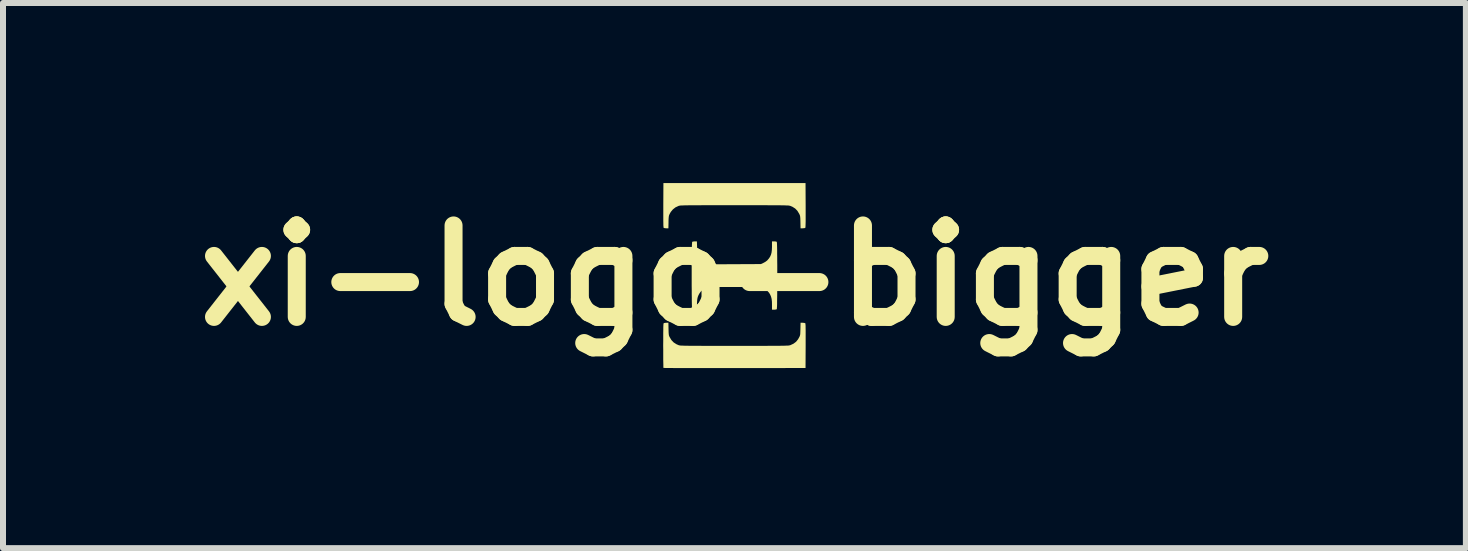
<source format=kicad_pcb>
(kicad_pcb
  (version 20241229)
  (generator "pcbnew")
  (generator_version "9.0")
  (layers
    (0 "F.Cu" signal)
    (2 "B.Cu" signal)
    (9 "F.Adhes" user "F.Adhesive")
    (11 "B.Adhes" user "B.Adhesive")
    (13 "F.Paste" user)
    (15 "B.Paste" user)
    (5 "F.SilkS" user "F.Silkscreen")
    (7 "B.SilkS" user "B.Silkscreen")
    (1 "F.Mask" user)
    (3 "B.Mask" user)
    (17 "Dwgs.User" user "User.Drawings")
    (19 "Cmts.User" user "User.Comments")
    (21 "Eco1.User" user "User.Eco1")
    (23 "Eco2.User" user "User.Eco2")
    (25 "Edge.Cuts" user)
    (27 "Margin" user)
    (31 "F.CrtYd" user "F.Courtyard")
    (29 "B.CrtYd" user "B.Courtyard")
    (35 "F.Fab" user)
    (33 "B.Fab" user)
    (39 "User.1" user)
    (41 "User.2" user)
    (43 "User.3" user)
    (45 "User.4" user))
  (footprint "xi-logo-bigger"
    (layer "F.Cu")
    (at 9.188 1.541)
    (property "Reference" "xi-logo-bigger" (at 0 0 0) (layer "F.SilkS") (effects (font (size 1.524 1.524) (thickness 0.3))))
    (attr board_only exclude_from_pos_files exclude_from_bom)
    (fp_poly (pts (xy 1.186 -1.173) (xy 1.186 -1.088) (xy 1.186 -1.016) (xy 1.186 -0.955) (xy 1.186 -0.905) (xy 1.185 -0.865) (xy 1.184 -0.834) (xy 1.183 -0.813) (xy 1.182 -0.8) (xy 1.181 -0.796) (xy 1.169 -0.79) (xy 1.147 -0.788) (xy 1.137 -0.787) (xy 1.101 -0.787) (xy 1.099 -0.889) (xy 1.098 -0.927) (xy 1.097 -0.955) (xy 1.095 -0.976) (xy 1.093 -0.992) (xy 1.089 -1.005) (xy 1.083 -1.019) (xy 1.077 -1.031) (xy 1.048 -1.079) (xy 1.011 -1.117) (xy 0.965 -1.146) (xy 0.931 -1.16) (xy 0.926 -1.162) (xy 0.92 -1.163) (xy 0.914 -1.164) (xy 0.905 -1.166) (xy 0.894 -1.167) (xy 0.879 -1.168) (xy 0.861 -1.168) (xy 0.839 -1.169) (xy 0.811 -1.17) (xy 0.778 -1.17) (xy 0.739 -1.171) (xy 0.692 -1.171) (xy 0.639 -1.171) (xy 0.577 -1.171) (xy 0.506 -1.172) (xy 0.426 -1.172) (xy 0.336 -1.172) (xy 0.236 -1.172) (xy 0.124 -1.172) (xy 0.000423 -1.172) (xy 0 -1.172) (xy -0.124 -1.172) (xy -0.236 -1.172) (xy -0.336 -1.172) (xy -0.426 -1.172) (xy -0.506 -1.172) (xy -0.577 -1.171) (xy -0.638 -1.171) (xy -0.692 -1.171) (xy -0.738 -1.171) (xy -0.778 -1.17) (xy -0.811 -1.17) (xy -0.838 -1.169) (xy -0.861 -1.168) (xy -0.879 -1.168) (xy -0.893 -1.167) (xy -0.905 -1.166) (xy -0.914 -1.164) (xy -0.92 -1.163) (xy -0.926 -1.162) (xy -0.931 -1.16) (xy -0.931 -1.16) (xy -0.983 -1.136) (xy -1.026 -1.102) (xy -1.061 -1.06) (xy -1.079 -1.028) (xy -1.086 -1.013) (xy -1.091 -1) (xy -1.094 -0.985) (xy -1.096 -0.967) (xy -1.098 -0.943) (xy -1.099 -0.91) (xy -1.099 -0.889) (xy -1.101 -0.787) (xy -1.137 -0.787) (xy -1.162 -0.789) (xy -1.178 -0.794) (xy -1.181 -0.796) (xy -1.182 -0.802) (xy -1.183 -0.816) (xy -1.185 -0.839) (xy -1.185 -0.87) (xy -1.186 -0.912) (xy -1.186 -0.964) (xy -1.186 -1.027) (xy -1.186 -1.101) (xy -1.186 -1.173) (xy -1.184 -1.541) (xy 1.184 -1.541)) (stroke (width 0) (type solid)) (fill yes) (layer "F.SilkS"))
    (fp_poly (pts (xy -1.099 0.889) (xy -1.098 0.927) (xy -1.097 0.956) (xy -1.095 0.977) (xy -1.093 0.993) (xy -1.089 1.007) (xy -1.083 1.02) (xy -1.079 1.028) (xy -1.051 1.075) (xy -1.013 1.115) (xy -0.966 1.145) (xy -0.931 1.16) (xy -0.926 1.162) (xy -0.92 1.163) (xy -0.914 1.164) (xy -0.905 1.166) (xy -0.894 1.167) (xy -0.879 1.168) (xy -0.861 1.168) (xy -0.839 1.169) (xy -0.811 1.17) (xy -0.778 1.17) (xy -0.739 1.171) (xy -0.692 1.171) (xy -0.639 1.171) (xy -0.577 1.171) (xy -0.506 1.172) (xy -0.426 1.172) (xy -0.336 1.172) (xy -0.236 1.172) (xy -0.124 1.172) (xy -0.000424 1.172) (xy 0 1.172) (xy 0.124 1.172) (xy 0.236 1.172) (xy 0.336 1.172) (xy 0.426 1.172) (xy 0.506 1.172) (xy 0.577 1.171) (xy 0.638 1.171) (xy 0.692 1.171) (xy 0.738 1.171) (xy 0.778 1.17) (xy 0.811 1.17) (xy 0.838 1.169) (xy 0.861 1.168) (xy 0.879 1.168) (xy 0.893 1.167) (xy 0.905 1.166) (xy 0.914 1.164) (xy 0.92 1.163) (xy 0.926 1.162) (xy 0.931 1.16) (xy 0.931 1.16) (xy 0.983 1.136) (xy 1.026 1.104) (xy 1.06 1.062) (xy 1.077 1.031) (xy 1.085 1.016) (xy 1.09 1.002) (xy 1.094 0.988) (xy 1.096 0.971) (xy 1.097 0.949) (xy 1.098 0.919) (xy 1.099 0.889) (xy 1.101 0.787) (xy 1.137 0.787) (xy 1.162 0.789) (xy 1.178 0.794) (xy 1.181 0.796) (xy 1.182 0.802) (xy 1.183 0.816) (xy 1.185 0.839) (xy 1.185 0.87) (xy 1.186 0.912) (xy 1.186 0.964) (xy 1.186 1.027) (xy 1.186 1.101) (xy 1.186 1.173) (xy 1.184 1.541) (xy 0.003 1.542) (xy -0.118 1.542) (xy -0.235 1.542) (xy -0.349 1.542) (xy -0.457 1.542) (xy -0.561 1.542) (xy -0.659 1.542) (xy -0.75 1.542) (xy -0.834 1.542) (xy -0.911 1.542) (xy -0.98 1.542) (xy -1.039 1.541) (xy -1.089 1.541) (xy -1.13 1.541) (xy -1.159 1.54) (xy -1.177 1.54) (xy -1.183 1.54) (xy -1.184 1.533) (xy -1.185 1.515) (xy -1.185 1.486) (xy -1.186 1.448) (xy -1.187 1.403) (xy -1.187 1.35) (xy -1.187 1.291) (xy -1.187 1.228) (xy -1.188 1.169) (xy -1.187 1.087) (xy -1.187 1.017) (xy -1.187 0.958) (xy -1.186 0.909) (xy -1.186 0.87) (xy -1.185 0.84) (xy -1.184 0.818) (xy -1.182 0.804) (xy -1.181 0.796) (xy -1.18 0.795) (xy -1.17 0.791) (xy -1.152 0.788) (xy -1.137 0.787) (xy -1.101 0.787)) (stroke (width 0) (type solid)) (fill yes) (layer "F.SilkS"))
    (fp_poly (pts (xy -0.623 -0.473) (xy -0.622 -0.43) (xy -0.619 -0.396) (xy -0.615 -0.369) (xy -0.609 -0.347) (xy -0.6 -0.327) (xy -0.588 -0.306) (xy -0.579 -0.293) (xy -0.546 -0.253) (xy -0.505 -0.223) (xy -0.456 -0.201) (xy -0.454 -0.2) (xy -0.446 -0.198) (xy -0.438 -0.196) (xy -0.429 -0.194) (xy -0.418 -0.192) (xy -0.405 -0.191) (xy -0.387 -0.19) (xy -0.365 -0.189) (xy -0.337 -0.189) (xy -0.302 -0.188) (xy -0.26 -0.188) (xy -0.209 -0.188) (xy -0.149 -0.188) (xy -0.078 -0.189) (xy 0.005 -0.189) (xy 0.013 -0.189) (xy 0.441 -0.191) (xy 0.472 -0.205) (xy 0.513 -0.227) (xy 0.545 -0.251) (xy 0.571 -0.281) (xy 0.576 -0.287) (xy 0.595 -0.317) (xy 0.609 -0.349) (xy 0.618 -0.384) (xy 0.623 -0.426) (xy 0.625 -0.477) (xy 0.625 -0.485) (xy 0.625 -0.569) (xy 0.661 -0.569) (xy 0.682 -0.568) (xy 0.699 -0.564) (xy 0.705 -0.561) (xy 0.706 -0.554) (xy 0.708 -0.535) (xy 0.709 -0.506) (xy 0.71 -0.467) (xy 0.711 -0.421) (xy 0.711 -0.367) (xy 0.712 -0.308) (xy 0.712 -0.243) (xy 0.713 -0.175) (xy 0.713 -0.104) (xy 0.713 -0.032) (xy 0.713 0.041) (xy 0.713 0.113) (xy 0.713 0.184) (xy 0.712 0.252) (xy 0.712 0.315) (xy 0.711 0.374) (xy 0.71 0.427) (xy 0.71 0.473) (xy 0.709 0.51) (xy 0.707 0.538) (xy 0.706 0.555) (xy 0.705 0.561) (xy 0.695 0.565) (xy 0.677 0.568) (xy 0.661 0.569) (xy 0.625 0.569) (xy 0.625 0.485) (xy 0.624 0.433) (xy 0.619 0.39) (xy 0.61 0.354) (xy 0.597 0.322) (xy 0.579 0.291) (xy 0.576 0.287) (xy 0.549 0.256) (xy 0.519 0.231) (xy 0.48 0.209) (xy 0.472 0.205) (xy 0.441 0.191) (xy -0.441 0.191) (xy -0.478 0.208) (xy -0.524 0.235) (xy -0.561 0.267) (xy -0.586 0.302) (xy -0.601 0.33) (xy -0.612 0.358) (xy -0.619 0.39) (xy -0.623 0.427) (xy -0.625 0.473) (xy -0.625 0.486) (xy -0.625 0.569) (xy -0.661 0.569) (xy -0.682 0.568) (xy -0.699 0.564) (xy -0.705 0.561) (xy -0.706 0.554) (xy -0.708 0.535) (xy -0.709 0.506) (xy -0.71 0.467) (xy -0.711 0.421) (xy -0.711 0.367) (xy -0.712 0.308) (xy -0.712 0.243) (xy -0.713 0.175) (xy -0.713 0.104) (xy -0.713 0.032) (xy -0.713 -0.041) (xy -0.713 -0.113) (xy -0.713 -0.184) (xy -0.712 -0.252) (xy -0.712 -0.315) (xy -0.711 -0.374) (xy -0.71 -0.427) (xy -0.71 -0.473) (xy -0.709 -0.51) (xy -0.707 -0.538) (xy -0.706 -0.555) (xy -0.705 -0.561) (xy -0.695 -0.565) (xy -0.677 -0.568) (xy -0.662 -0.569) (xy -0.626 -0.569)) (stroke (width 0) (type solid)) (fill yes) (layer "F.SilkS")))
  (gr_rect
    (start -3 -3)
    (end 21.375 6.083)
    (stroke (width 0.1) (type default))
    (fill no)
    (layer "Edge.Cuts")))
</source>
